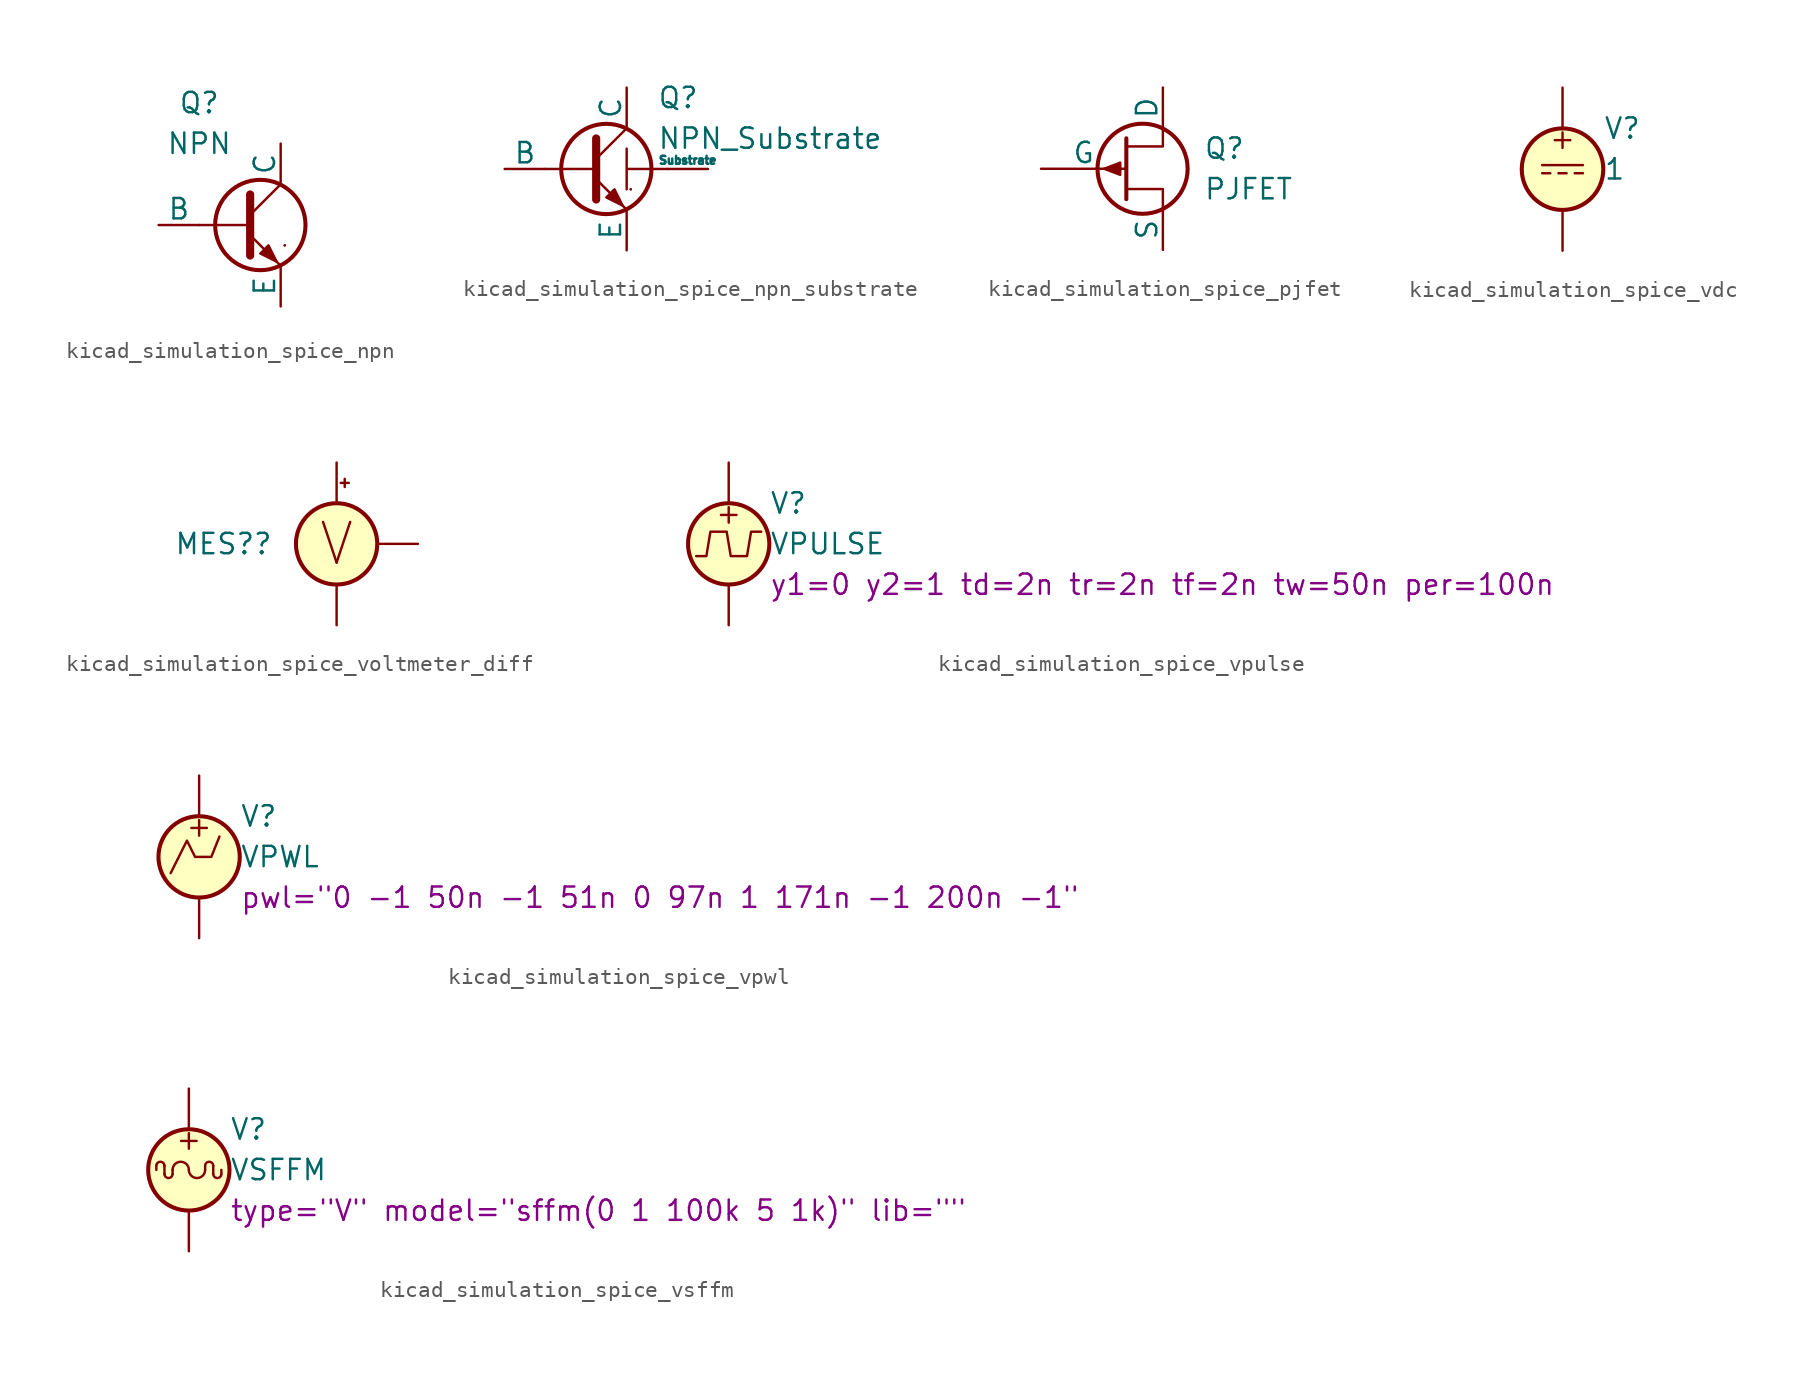
<source format=kicad_sym>
(kicad_symbol_lib
  (version 20220914)
  (generator kicad_symbol_editor)
  (symbol "kicad_simulation_spice_npn"
    (pin_numbers hide)
    (pin_names
      (offset 0))
    (property "Reference" "Q"
      (at -2.54 7.62 0)
      (effects (font (size 1.27 1.27))))
    (property "Value" "NPN"
      (at -2.54 5.08 0)
      (effects (font (size 1.27 1.27))))
    (symbol "kicad_simulation_spice_npn_0_1"
      (polyline (pts (xy -2.54 0) (xy 0.635 0)) (stroke (width 0.152) (type default)) (fill (type none)))
      (polyline (pts (xy 0.635 0.635) (xy 2.54 2.54)) (stroke (width 0) (type default)) (fill (type none)))
      (polyline (pts (xy 2.794 -1.27) (xy 2.794 -1.27)) (stroke (width 0.152) (type default)) (fill (type none)))
      (polyline (pts (xy 2.794 -1.27) (xy 2.794 -1.27)) (stroke (width 0.152) (type default)) (fill (type none)))
      (polyline (pts (xy 0.635 -0.635) (xy 2.54 -2.54) (xy 2.54 -2.54)) (stroke (width 0) (type default)) (fill (type none)))
      (polyline (pts (xy 0.635 1.905) (xy 0.635 -1.905) (xy 0.635 -1.905)) (stroke (width 0.508) (type default)) (fill (type none)))
      (polyline (pts (xy 1.27 -1.778) (xy 1.778 -1.27) (xy 2.286 -2.286) (xy 1.27 -1.778) (xy 1.27 -1.778)) (stroke (width 0) (type default)) (fill (type outline)))
      (circle (center 1.27 0) (radius 2.819) (stroke (width 0.254) (type default)) (fill (type none))))
    (symbol "kicad_simulation_spice_npn_1_1"
      (pin open_collector line (at 2.54 5.08 270) (length 2.54) (name "C" (effects (font (size 1.27 1.27)))) (number "1" (effects (font (size 1.27 1.27)))))
      (pin input line (at -5.08 0 0) (length 2.54) (name "B" (effects (font (size 1.27 1.27)))) (number "2" (effects (font (size 1.27 1.27)))))
      (pin open_emitter line (at 2.54 -5.08 90) (length 2.54) (name "E" (effects (font (size 1.27 1.27)))) (number "3" (effects (font (size 1.27 1.27)))))))
  (symbol "kicad_simulation_spice_npn_substrate"
    (pin_numbers hide)
    (pin_names
      (offset 0))
    (property "Reference" "Q"
      (at 4.445 4.445 0)
      (effects (font (size 1.27 1.27)) (justify left)))
    (property "Value" "NPN_Substrate"
      (at 4.445 1.905 0)
      (effects (font (size 1.27 1.27)) (justify left)))
    (symbol "kicad_simulation_spice_npn_substrate_0_1"
      (polyline (pts (xy -2.54 0) (xy 0.635 0)) (stroke (width 0.152) (type default)) (fill (type none)))
      (polyline (pts (xy 0.635 0.635) (xy 2.54 2.54)) (stroke (width 0) (type default)) (fill (type none)))
      (polyline (pts (xy 2.794 -1.27) (xy 2.794 -1.27)) (stroke (width 0.152) (type default)) (fill (type none)))
      (polyline (pts (xy 2.794 -1.27) (xy 2.794 -1.27)) (stroke (width 0.152) (type default)) (fill (type none)))
      (polyline (pts (xy 0.635 -0.635) (xy 2.54 -2.54) (xy 2.54 -2.54)) (stroke (width 0) (type default)) (fill (type none)))
      (polyline (pts (xy 0.635 1.905) (xy 0.635 -1.905) (xy 0.635 -1.905)) (stroke (width 0.508) (type default)) (fill (type none)))
      (polyline (pts (xy 2.54 1.27) (xy 2.54 -1.27) (xy 2.54 0) (xy 5.08 0)) (stroke (width 0.152) (type default)) (fill (type none)))
      (polyline (pts (xy 1.27 -1.778) (xy 1.778 -1.27) (xy 2.286 -2.286) (xy 1.27 -1.778) (xy 1.27 -1.778)) (stroke (width 0) (type default)) (fill (type outline)))
      (circle (center 1.27 0) (radius 2.819) (stroke (width 0.254) (type default)) (fill (type none))))
    (symbol "kicad_simulation_spice_npn_substrate_1_1"
      (pin open_collector line (at 2.54 5.08 270) (length 2.54) (name "C" (effects (font (size 1.27 1.27)))) (number "1" (effects (font (size 1.27 1.27)))))
      (pin input line (at -5.08 0 0) (length 2.54) (name "B" (effects (font (size 1.27 1.27)))) (number "2" (effects (font (size 1.27 1.27)))))
      (pin open_emitter line (at 2.54 -5.08 90) (length 2.54) (name "E" (effects (font (size 1.27 1.27)))) (number "3" (effects (font (size 1.27 1.27)))))
      (pin passive line (at 7.62 0 180) (length 2.54) (name "Substrate" (effects (font (size 0.5 0.5)))) (number "4" (effects (font (size 1.27 1.27)))))))
  (symbol "kicad_simulation_spice_pjfet"
    (pin_numbers hide)
    (pin_names
      (offset 0))
    (property "Reference" "Q"
      (at 5.08 1.27 0)
      (effects (font (size 1.27 1.27)) (justify left)))
    (property "Value" "PJFET"
      (at 5.08 -1.27 0)
      (effects (font (size 1.27 1.27)) (justify left)))
    (symbol "kicad_simulation_spice_pjfet_0_1"
      (polyline (pts (xy 0.254 1.905) (xy 0.254 -1.905) (xy 0.254 -1.905)) (stroke (width 0.254) (type default)) (fill (type none)))
      (polyline (pts (xy 2.54 -2.54) (xy 2.54 -1.27) (xy 0.254 -1.27)) (stroke (width 0) (type default)) (fill (type none)))
      (polyline (pts (xy 2.54 2.54) (xy 2.54 1.397) (xy 0.254 1.397)) (stroke (width 0) (type default)) (fill (type none)))
      (polyline (pts (xy -1.143 0) (xy -0.127 0.381) (xy -0.127 -0.381) (xy -1.143 0)) (stroke (width 0) (type default)) (fill (type outline)))
      (circle (center 1.27 0) (radius 2.819) (stroke (width 0.254) (type default)) (fill (type none))))
    (symbol "kicad_simulation_spice_pjfet_1_1"
      (pin passive line (at 2.54 5.08 270) (length 2.54) (name "D" (effects (font (size 1.27 1.27)))) (number "1" (effects (font (size 1.27 1.27)))))
      (pin input line (at -5.08 0 0) (length 5.334) (name "G" (effects (font (size 1.27 1.27)))) (number "2" (effects (font (size 1.27 1.27)))))
      (pin passive line (at 2.54 -5.08 90) (length 2.54) (name "S" (effects (font (size 1.27 1.27)))) (number "3" (effects (font (size 1.27 1.27)))))))
  (symbol "kicad_simulation_spice_vdc"
    (pin_numbers hide)
    (pin_names
      (offset 0.025))
    (property "Reference" "V"
      (at 2.54 2.54 0)
      (effects (font (size 1.27 1.27)) (justify left)))
    (property "Value" "1"
      (at 2.54 0 0)
      (effects (font (size 1.27 1.27)) (justify left)))
    (symbol "kicad_simulation_spice_vdc_0_0"
      (polyline (pts (xy -1.27 0.254) (xy 1.27 0.254)) (stroke (width 0) (type default)) (fill (type none)))
      (polyline (pts (xy -0.762 -0.254) (xy -1.27 -0.254)) (stroke (width 0) (type default)) (fill (type none)))
      (polyline (pts (xy 0.254 -0.254) (xy -0.254 -0.254)) (stroke (width 0) (type default)) (fill (type none)))
      (polyline (pts (xy 1.27 -0.254) (xy 0.762 -0.254)) (stroke (width 0) (type default)) (fill (type none)))
      (text "+" (at 0 1.905 0) (effects (font (size 1.27 1.27)))))
    (symbol "kicad_simulation_spice_vdc_0_1"
      (circle (center 0 0) (radius 2.54) (stroke (width 0.254) (type default)) (fill (type background))))
    (symbol "kicad_simulation_spice_vdc_1_1"
      (pin passive line (at 0 5.08 270) (length 2.54) (name "~" (effects (font (size 1.27 1.27)))) (number "1" (effects (font (size 1.27 1.27)))))
      (pin passive line (at 0 -5.08 90) (length 2.54) (name "~" (effects (font (size 1.27 1.27)))) (number "2" (effects (font (size 1.27 1.27)))))))
  (symbol "kicad_simulation_spice_voltmeter_diff"
    (pin_numbers hide)
    (pin_names
      (offset 0.025) hide)
    (property "Reference" "MES?"
      (at -10.16 0 0)
      (effects (font (size 1.27 1.27)) (justify left)))
    (symbol "kicad_simulation_spice_voltmeter_diff_0_0"
      (text "V" (at 0 0 0) (effects (font (size 2.54 2.54)))))
    (symbol "kicad_simulation_spice_voltmeter_diff_0_1"
      (polyline (pts (xy 0.254 3.81) (xy 0.762 3.81)) (stroke (width 0) (type default)) (fill (type none)))
      (polyline (pts (xy 0.508 4.064) (xy 0.508 3.556)) (stroke (width 0) (type default)) (fill (type none)))
      (circle (center 0 0) (radius 2.54) (stroke (width 0.254) (type default)) (fill (type background))))
    (symbol "kicad_simulation_spice_voltmeter_diff_1_1"
      (pin passive line (at 0 5.08 270) (length 2.54) (name "+" (effects (font (size 1.27 1.27)))) (number "1" (effects (font (size 1.27 1.27)))))
      (pin passive line (at 0 -5.08 90) (length 2.54) (name "-" (effects (font (size 1.27 1.27)))) (number "2" (effects (font (size 1.27 1.27)))))
      (pin output line (at 5.08 0 180) (length 2.54) (name "out" (effects (font (size 1.27 1.27)))) (number "3" (effects (font (size 1.27 1.27)))))))
  (symbol "kicad_simulation_spice_vpulse"
    (pin_numbers hide)
    (pin_names
      (offset 0.025))
    (property "Reference" "V"
      (at 2.54 2.54 0)
      (effects (font (size 1.27 1.27)) (justify left)))
    (property "Value" "VPULSE"
      (at 2.54 0 0)
      (effects (font (size 1.27 1.27)) (justify left)))
    (property "Sim.Params" "y1=0 y2=1 td=2n tr=2n tf=2n tw=50n per=100n"
      (at 2.54 -2.54 0)
      (effects (font (size 1.27 1.27)) (justify left)))
    (symbol "kicad_simulation_spice_vpulse_0_0"
      (polyline (pts (xy -2.032 -0.762) (xy -1.397 -0.762) (xy -1.143 0.762) (xy -0.127 0.762) (xy 0.127 -0.762) (xy 1.143 -0.762) (xy 1.397 0.762) (xy 2.032 0.762)) (stroke (width 0) (type default)) (fill (type none)))
      (text "+" (at 0 1.905 0) (effects (font (size 1.27 1.27)))))
    (symbol "kicad_simulation_spice_vpulse_0_1"
      (circle (center 0 0) (radius 2.54) (stroke (width 0.254) (type default)) (fill (type background))))
    (symbol "kicad_simulation_spice_vpulse_1_1"
      (pin passive line (at 0 5.08 270) (length 2.54) (name "~" (effects (font (size 1.27 1.27)))) (number "1" (effects (font (size 1.27 1.27)))))
      (pin passive line (at 0 -5.08 90) (length 2.54) (name "~" (effects (font (size 1.27 1.27)))) (number "2" (effects (font (size 1.27 1.27)))))))
  (symbol "kicad_simulation_spice_vpwl"
    (pin_numbers hide)
    (pin_names
      (offset 0.025))
    (property "Reference" "V"
      (at 2.54 2.54 0)
      (effects (font (size 1.27 1.27)) (justify left)))
    (property "Value" "VPWL"
      (at 2.54 0 0)
      (effects (font (size 1.27 1.27)) (justify left)))
    (property "Sim.Params" "pwl=\"0 -1 50n -1 51n 0 97n 1 171n -1 200n -1\""
      (at 2.54 -2.54 0)
      (effects (font (size 1.27 1.27)) (justify left)))
    (symbol "kicad_simulation_spice_vpwl_0_0"
      (polyline (pts (xy -1.778 -1.016) (xy -0.762 1.016) (xy -0.254 0) (xy 0.762 0) (xy 1.27 1.27)) (stroke (width 0) (type default)) (fill (type none)))
      (text "+" (at 0 1.905 0) (effects (font (size 1.27 1.27)))))
    (symbol "kicad_simulation_spice_vpwl_0_1"
      (circle (center 0 0) (radius 2.54) (stroke (width 0.254) (type default)) (fill (type background))))
    (symbol "kicad_simulation_spice_vpwl_1_1"
      (pin passive line (at 0 5.08 270) (length 2.54) (name "~" (effects (font (size 1.27 1.27)))) (number "1" (effects (font (size 1.27 1.27)))))
      (pin passive line (at 0 -5.08 90) (length 2.54) (name "~" (effects (font (size 1.27 1.27)))) (number "2" (effects (font (size 1.27 1.27)))))))
  (symbol "kicad_simulation_spice_vsffm"
    (pin_numbers hide)
    (pin_names
      (offset 0.025))
    (property "Reference" "V"
      (at 2.54 2.54 0)
      (effects (font (size 1.27 1.27)) (justify left)))
    (property "Value" "VSFFM"
      (at 2.54 0 0)
      (effects (font (size 1.27 1.27)) (justify left)))
    (property "Sim.Params" "type=\"V\" model=\"sffm(0 1 100k 5 1k)\" lib=\"\""
      (at 2.54 -2.54 0)
      (effects (font (size 1.27 1.27)) (justify left)))
    (symbol "kicad_simulation_spice_vsffm_0_0"
      (text "+" (at 0 1.905 0) (effects (font (size 1.27 1.27)))))
    (symbol "kicad_simulation_spice_vsffm_0_1"
      (arc (start -1.524 -0.254) (mid -1.27 -0.5069) (end -1.016 -0.254) (stroke (width 0) (type default)) (fill (type none)))
      (arc (start -1.524 0.254) (mid -1.778 0.5069) (end -2.032 0.254) (stroke (width 0) (type default)) (fill (type none)))
      (arc (start 0 0) (mid -0.508 0.5058) (end -1.016 0) (stroke (width 0) (type default)) (fill (type none)))
      (polyline (pts (xy -2.032 0.254) (xy -2.032 0)) (stroke (width 0) (type default)) (fill (type none)))
      (polyline (pts (xy -1.524 -0.254) (xy -1.524 0.254)) (stroke (width 0) (type default)) (fill (type none)))
      (polyline (pts (xy -1.016 0) (xy -1.016 -0.254)) (stroke (width 0) (type default)) (fill (type none)))
      (polyline (pts (xy 1.016 0.254) (xy 1.016 0)) (stroke (width 0) (type default)) (fill (type none)))
      (polyline (pts (xy 1.524 0.254) (xy 1.524 -0.254)) (stroke (width 0) (type default)) (fill (type none)))
      (polyline (pts (xy 2.032 -0.254) (xy 2.032 0)) (stroke (width 0) (type default)) (fill (type none)))
      (arc (start 0 0) (mid 0.508 -0.5058) (end 1.016 0) (stroke (width 0) (type default)) (fill (type none)))
      (circle (center 0 0) (radius 2.54) (stroke (width 0.254) (type default)) (fill (type background)))
      (arc (start 1.524 -0.254) (mid 1.778 -0.5069) (end 2.032 -0.254) (stroke (width 0) (type default)) (fill (type none)))
      (arc (start 1.524 0.254) (mid 1.27 0.5069) (end 1.016 0.254) (stroke (width 0) (type default)) (fill (type none))))
    (symbol "kicad_simulation_spice_vsffm_1_1"
      (pin passive line (at 0 5.08 270) (length 2.54) (name "~" (effects (font (size 1.27 1.27)))) (number "1" (effects (font (size 1.27 1.27)))))
      (pin passive line (at 0 -5.08 90) (length 2.54) (name "~" (effects (font (size 1.27 1.27)))) (number "2" (effects (font (size 1.27 1.27))))))))
</source>
